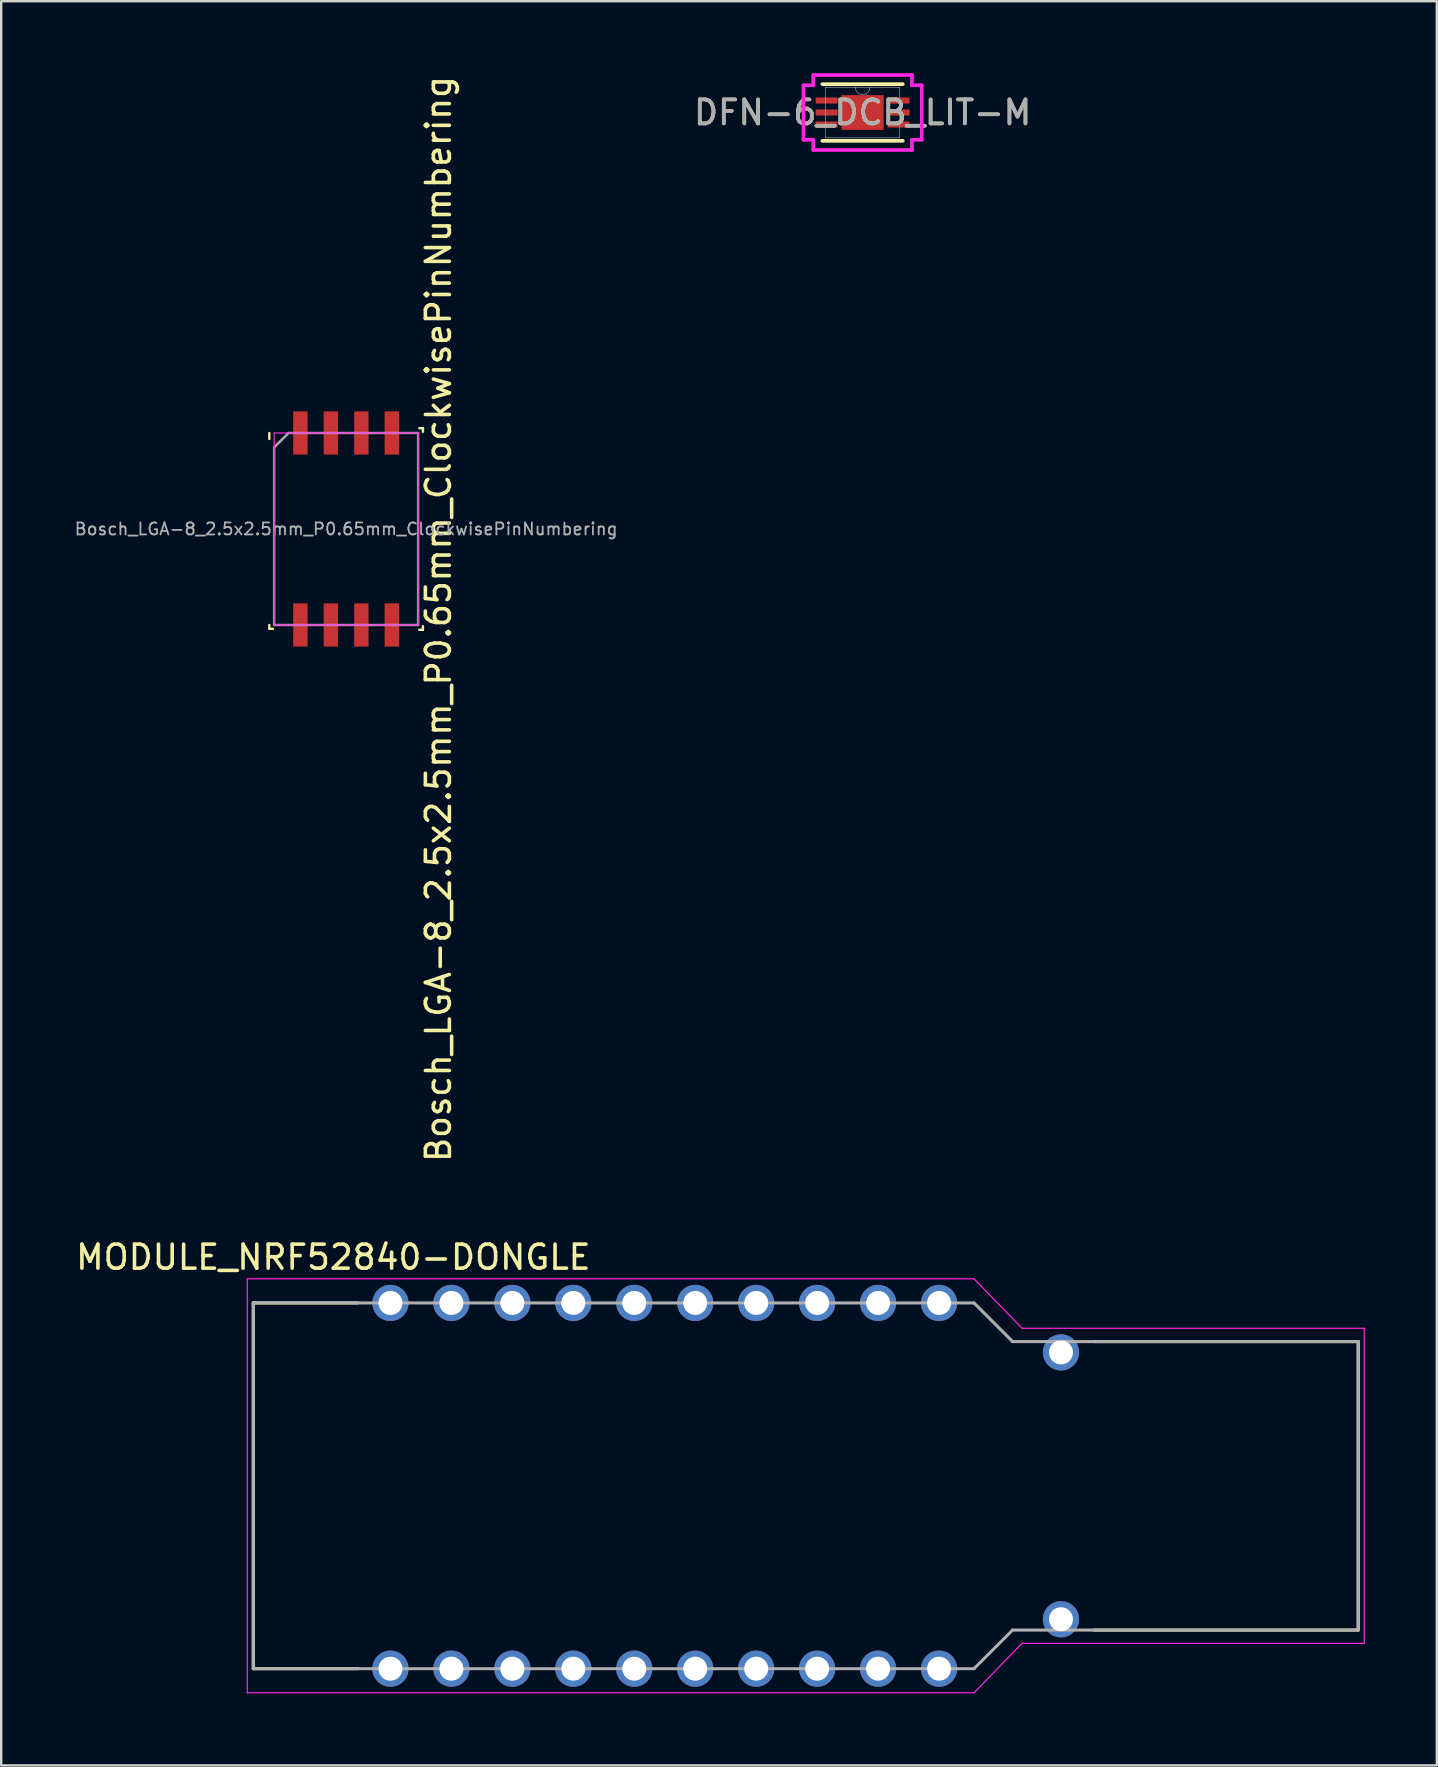
<source format=kicad_pcb>
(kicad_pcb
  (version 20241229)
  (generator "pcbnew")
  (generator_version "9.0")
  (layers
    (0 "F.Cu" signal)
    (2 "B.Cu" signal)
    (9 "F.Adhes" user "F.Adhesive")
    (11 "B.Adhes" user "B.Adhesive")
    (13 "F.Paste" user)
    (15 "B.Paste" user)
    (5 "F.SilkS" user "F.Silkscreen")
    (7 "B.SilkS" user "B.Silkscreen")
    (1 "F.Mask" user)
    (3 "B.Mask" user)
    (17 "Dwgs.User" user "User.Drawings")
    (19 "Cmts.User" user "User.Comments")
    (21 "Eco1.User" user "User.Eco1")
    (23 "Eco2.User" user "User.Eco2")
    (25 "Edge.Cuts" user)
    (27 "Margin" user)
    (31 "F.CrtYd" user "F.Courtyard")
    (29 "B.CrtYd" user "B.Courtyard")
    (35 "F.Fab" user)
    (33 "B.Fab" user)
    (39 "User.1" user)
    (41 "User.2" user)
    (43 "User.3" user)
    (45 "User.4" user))
  (footprint "MODULE_NRF52840-DONGLE"
    (layer "F.Cu")
    (at 30.524 58.861)
    (property "Reference" "MODULE_NRF52840-DONGLE" (at -19.685 -9.525 0) (layer "F.SilkS") (effects (font (size 1 1) (thickness 0.15))))
    (attr through_hole)
    (fp_line (start -23.02 -7.62) (end -23.02 7.62) (stroke (width 0.127) (type solid)) (layer "F.SilkS"))
    (fp_line (start -23.02 7.62) (end -18.65 7.62) (stroke (width 0.127) (type solid)) (layer "F.SilkS"))
    (fp_line (start -18.65 -7.62) (end -23.02 -7.62) (stroke (width 0.127) (type solid)) (layer "F.SilkS"))
    (fp_line (start 12 -6.01) (end 23.02 -6.01) (stroke (width 0.127) (type solid)) (layer "F.SilkS"))
    (fp_line (start 23.02 -6.01) (end 23.02 6.01) (stroke (width 0.127) (type solid)) (layer "F.SilkS"))
    (fp_line (start 23.02 6.01) (end 12 6.01) (stroke (width 0.127) (type solid)) (layer "F.SilkS"))
    (fp_line (start -23.27 -8.625) (end 7.01 -8.625) (stroke (width 0.05) (type solid)) (layer "F.CrtYd"))
    (fp_line (start -23.27 8.625) (end -23.27 -8.625) (stroke (width 0.05) (type solid)) (layer "F.CrtYd"))
    (fp_line (start 7.01 -8.625) (end 9.01 -6.565) (stroke (width 0.05) (type solid)) (layer "F.CrtYd"))
    (fp_line (start 7.01 8.625) (end -23.27 8.625) (stroke (width 0.05) (type solid)) (layer "F.CrtYd"))
    (fp_line (start 9.01 -6.565) (end 23.27 -6.565) (stroke (width 0.05) (type solid)) (layer "F.CrtYd"))
    (fp_line (start 9.01 6.565) (end 7.01 8.625) (stroke (width 0.05) (type solid)) (layer "F.CrtYd"))
    (fp_line (start 23.27 -6.565) (end 23.27 6.565) (stroke (width 0.05) (type solid)) (layer "F.CrtYd"))
    (fp_line (start 23.27 6.565) (end 9.01 6.565) (stroke (width 0.05) (type solid)) (layer "F.CrtYd"))
    (fp_line (start -23.02 -7.62) (end 7.01 -7.62) (stroke (width 0.127) (type solid)) (layer "F.Fab"))
    (fp_line (start -23.02 7.62) (end -23.02 -7.62) (stroke (width 0.127) (type solid)) (layer "F.Fab"))
    (fp_line (start 7.01 7.62) (end -23.02 7.62) (stroke (width 0.127) (type solid)) (layer "F.Fab"))
    (fp_line (start 8.62 -6.01) (end 7.01 -7.62) (stroke (width 0.127) (type solid)) (layer "F.Fab"))
    (fp_line (start 8.62 6.01) (end 7.01 7.62) (stroke (width 0.127) (type solid)) (layer "F.Fab"))
    (fp_line (start 23.02 -6.01) (end 8.62 -6.01) (stroke (width 0.127) (type solid)) (layer "F.Fab"))
    (fp_line (start 23.02 -6.01) (end 23.02 6.01) (stroke (width 0.127) (type solid)) (layer "F.Fab"))
    (fp_line (start 23.02 6.01) (end 8.62 6.01) (stroke (width 0.127) (type solid)) (layer "F.Fab"))
    (pad "0.02" thru_hole circle (at -7.145 7.62) (size 1.508 1.508) (drill 1) (layers "*.Cu" "*.Mask"))
    (pad "0.09" thru_hole circle (at -12.225 -7.62) (size 1.508 1.508) (drill 1) (layers "*.Cu" "*.Mask"))
    (pad "0.10" thru_hole circle (at -14.765 -7.62) (size 1.508 1.508) (drill 1) (layers "*.Cu" "*.Mask"))
    (pad "0.13" thru_hole circle (at 5.555 -7.62) (size 1.508 1.508) (drill 1) (layers "*.Cu" "*.Mask"))
    (pad "0.15" thru_hole circle (at 3.015 -7.62) (size 1.508 1.508) (drill 1) (layers "*.Cu" "*.Mask"))
    (pad "0.17" thru_hole circle (at 0.475 -7.62) (size 1.508 1.508) (drill 1) (layers "*.Cu" "*.Mask"))
    (pad "0.20" thru_hole circle (at -2.065 -7.62) (size 1.508 1.508) (drill 1) (layers "*.Cu" "*.Mask"))
    (pad "0.22" thru_hole circle (at -4.605 -7.62) (size 1.508 1.508) (drill 1) (layers "*.Cu" "*.Mask"))
    (pad "0.24" thru_hole circle (at -7.145 -7.62) (size 1.508 1.508) (drill 1) (layers "*.Cu" "*.Mask"))
    (pad "0.29" thru_hole circle (at -4.605 7.62) (size 1.508 1.508) (drill 1) (layers "*.Cu" "*.Mask"))
    (pad "0.31" thru_hole circle (at -2.065 7.62) (size 1.508 1.508) (drill 1) (layers "*.Cu" "*.Mask"))
    (pad "1.00" thru_hole circle (at -9.685 -7.62) (size 1.508 1.508) (drill 1) (layers "*.Cu" "*.Mask"))
    (pad "1.10" thru_hole circle (at -14.765 7.62) (size 1.508 1.508) (drill 1) (layers "*.Cu" "*.Mask"))
    (pad "1.13" thru_hole circle (at -12.225 7.62) (size 1.508 1.508) (drill 1) (layers "*.Cu" "*.Mask"))
    (pad "1.15" thru_hole circle (at -9.685 7.62) (size 1.508 1.508) (drill 1) (layers "*.Cu" "*.Mask"))
    (pad "G1" thru_hole circle (at -17.305 -7.62) (size 1.508 1.508) (drill 1) (layers "*.Cu" "*.Mask"))
    (pad "G2" thru_hole circle (at -17.305 7.62) (size 1.508 1.508) (drill 1) (layers "*.Cu" "*.Mask"))
    (pad "G3" thru_hole circle (at 0.475 7.62) (size 1.508 1.508) (drill 1) (layers "*.Cu" "*.Mask"))
    (pad "OUT" thru_hole circle (at 3.015 7.62) (size 1.508 1.508) (drill 1) (layers "*.Cu" "*.Mask"))
    (pad "SWDCLK" thru_hole circle (at 10.635 5.56) (size 1.508 1.508) (drill 1) (layers "*.Cu" "*.Mask"))
    (pad "SWDIO" thru_hole circle (at 10.635 -5.56) (size 1.508 1.508) (drill 1) (layers "*.Cu" "*.Mask"))
    (pad "VBUS" thru_hole circle (at 5.555 7.62) (size 1.508 1.508) (drill 1) (layers "*.Cu" "*.Mask")))
  (footprint "DFN-6_DCB_LIT-M"
    (layer "F.Cu")
    (at 32.893 1.638)
    (property "Reference" "DFN-6_DCB_LIT-M" (at 0 0 0) (unlocked yes) (layer "F.SilkS") (effects (font (size 1 1) (thickness 0.15))))
    (attr smd)
    (fp_line (start -1.676 1.181) (end 1.676 1.181) (stroke (width 0.152) (type solid)) (layer "F.SilkS"))
    (fp_line (start 1.676 -1.181) (end -1.676 -1.181) (stroke (width 0.152) (type solid)) (layer "F.SilkS"))
    (fp_line (start -2.464 -1.135) (end -2.057 -1.135) (stroke (width 0.152) (type solid)) (layer "F.CrtYd"))
    (fp_line (start -2.464 1.135) (end -2.464 -1.135) (stroke (width 0.152) (type solid)) (layer "F.CrtYd"))
    (fp_line (start -2.464 1.135) (end -2.057 1.135) (stroke (width 0.152) (type solid)) (layer "F.CrtYd"))
    (fp_line (start -2.057 -1.562) (end 2.057 -1.562) (stroke (width 0.152) (type solid)) (layer "F.CrtYd"))
    (fp_line (start -2.057 -1.135) (end -2.057 -1.562) (stroke (width 0.152) (type solid)) (layer "F.CrtYd"))
    (fp_line (start -2.057 1.562) (end -2.057 1.135) (stroke (width 0.152) (type solid)) (layer "F.CrtYd"))
    (fp_line (start 2.057 -1.562) (end 2.057 -1.135) (stroke (width 0.152) (type solid)) (layer "F.CrtYd"))
    (fp_line (start 2.057 1.135) (end 2.057 1.562) (stroke (width 0.152) (type solid)) (layer "F.CrtYd"))
    (fp_line (start 2.057 1.562) (end -2.057 1.562) (stroke (width 0.152) (type solid)) (layer "F.CrtYd"))
    (fp_line (start 2.464 -1.135) (end 2.057 -1.135) (stroke (width 0.152) (type solid)) (layer "F.CrtYd"))
    (fp_line (start 2.464 -1.135) (end 2.464 1.135) (stroke (width 0.152) (type solid)) (layer "F.CrtYd"))
    (fp_line (start 2.464 1.135) (end 2.057 1.135) (stroke (width 0.152) (type solid)) (layer "F.CrtYd"))
    (fp_line (start -1.549 -1.054) (end -1.549 1.054) (stroke (width 0.025) (type solid)) (layer "F.Fab"))
    (fp_line (start -1.549 1.054) (end 1.549 1.054) (stroke (width 0.025) (type solid)) (layer "F.Fab"))
    (fp_line (start 1.549 -1.054) (end -1.549 -1.054) (stroke (width 0.025) (type solid)) (layer "F.Fab"))
    (fp_line (start 1.549 1.054) (end 1.549 -1.054) (stroke (width 0.025) (type solid)) (layer "F.Fab"))
    (fp_arc (start 0.3048 -1.0541) (mid 0 -0.7493) (end -0.3048 -1.0541) (stroke (width 0.0254) (type solid)) (layer "F.Fab"))
    (fp_text user "${REFERENCE}" (at 0 0 0) (unlocked yes) (layer "F.Fab") (effects (font (size 1 1) (thickness 0.15))))
    (pad "1" smd rect (at -1.499 -0.5) (size 0.914 0.254) (layers "F.Cu" "F.Mask" "F.Paste"))
    (pad "2" smd rect (at -1.499 0) (size 0.914 0.254) (layers "F.Cu" "F.Mask" "F.Paste"))
    (pad "3" smd rect (at -1.499 0.5) (size 0.914 0.254) (layers "F.Cu" "F.Mask" "F.Paste"))
    (pad "4" smd rect (at 1.499 0.5) (size 0.914 0.254) (layers "F.Cu" "F.Mask" "F.Paste"))
    (pad "5" smd rect (at 1.499 0) (size 0.914 0.254) (layers "F.Cu" "F.Mask" "F.Paste"))
    (pad "6" smd rect (at 1.499 -0.5) (size 0.914 0.254) (layers "F.Cu" "F.Mask" "F.Paste"))
    (pad "7" smd rect (at 0 0) (size 1.753 1.448) (layers "F.Cu" "F.Mask" "F.Paste")))
  (footprint "Bosch_LGA-8_2.5x2.5mm_P0.65mm_ClockwisePinNumbering"
    (layer "F.Cu")
    (at 11.372 18.992)
    (property "Reference" "Bosch_LGA-8_2.5x2.5mm_P0.65mm_ClockwisePinNumbering" (at 3.847 3.752 90) (layer "F.SilkS") (effects (font (size 1 1) (thickness 0.15))))
    (attr smd)
    (fp_line (start -3.2 -3.75) (end -3.2 -4) (stroke (width 0.1) (type solid)) (layer "F.SilkS"))
    (fp_line (start -3.2 4.15) (end -3.2 4) (stroke (width 0.1) (type solid)) (layer "F.SilkS"))
    (fp_line (start -3.2 4.16) (end -3.05 4.16) (stroke (width 0.1) (type solid)) (layer "F.SilkS"))
    (fp_line (start 3.05 -4.2) (end 3.2 -4.2) (stroke (width 0.1) (type solid)) (layer "F.SilkS"))
    (fp_line (start 3.2 -4.2) (end 3.2 -4.05) (stroke (width 0.1) (type solid)) (layer "F.SilkS"))
    (fp_line (start 3.2 4.2) (end 3.05 4.2) (stroke (width 0.1) (type solid)) (layer "F.SilkS"))
    (fp_line (start 3.2 4.2) (end 3.2 4.05) (stroke (width 0.1) (type solid)) (layer "F.SilkS"))
    (fp_line (start -3 -4) (end 3 -4) (stroke (width 0.05) (type solid)) (layer "F.CrtYd"))
    (fp_line (start -3 4) (end -3 -4) (stroke (width 0.05) (type solid)) (layer "F.CrtYd"))
    (fp_line (start 3 -4) (end 3 4) (stroke (width 0.05) (type solid)) (layer "F.CrtYd"))
    (fp_line (start 3 4) (end -3 4) (stroke (width 0.05) (type solid)) (layer "F.CrtYd"))
    (fp_line (start -3 4) (end -3 -3.4) (stroke (width 0.1) (type solid)) (layer "F.Fab"))
    (fp_line (start -2.975 -3.425) (end -2.4 -4) (stroke (width 0.1) (type solid)) (layer "F.Fab"))
    (fp_line (start -2.4 -4) (end 3 -4) (stroke (width 0.1) (type solid)) (layer "F.Fab"))
    (fp_line (start 3 -4) (end 3 4) (stroke (width 0.1) (type solid)) (layer "F.Fab"))
    (fp_line (start 3 4) (end -3 4) (stroke (width 0.1) (type solid)) (layer "F.Fab"))
    (fp_text user "${REFERENCE}" (at 0 0 0) (layer "F.Fab") (effects (font (size 0.5 0.5) (thickness 0.075))))
    (pad "1" smd rect (at -1.905 4 90) (size 1.8 0.6) (layers "F.Cu" "F.Mask" "F.Paste"))
    (pad "2" smd rect (at -0.635 4 90) (size 1.8 0.6) (layers "F.Cu" "F.Mask" "F.Paste"))
    (pad "3" smd rect (at 0.635 4 90) (size 1.8 0.6) (layers "F.Cu" "F.Mask" "F.Paste"))
    (pad "4" smd rect (at 1.905 4 90) (size 1.8 0.6) (layers "F.Cu" "F.Mask" "F.Paste"))
    (pad "5" smd rect (at 1.905 -4 90) (size 1.8 0.6) (layers "F.Cu" "F.Mask" "F.Paste"))
    (pad "6" smd rect (at 0.635 -4 90) (size 1.8 0.6) (layers "F.Cu" "F.Mask" "F.Paste"))
    (pad "7" smd rect (at -0.635 -4 90) (size 1.8 0.6) (layers "F.Cu" "F.Mask" "F.Paste"))
    (pad "8" smd rect (at -1.905 -4 90) (size 1.8 0.6) (layers "F.Cu" "F.Mask" "F.Paste")))
  (gr_rect
    (start -3 -3)
    (end 56.819 70.511)
    (stroke (width 0.1) (type default))
    (fill no)
    (layer "Edge.Cuts")))
</source>
